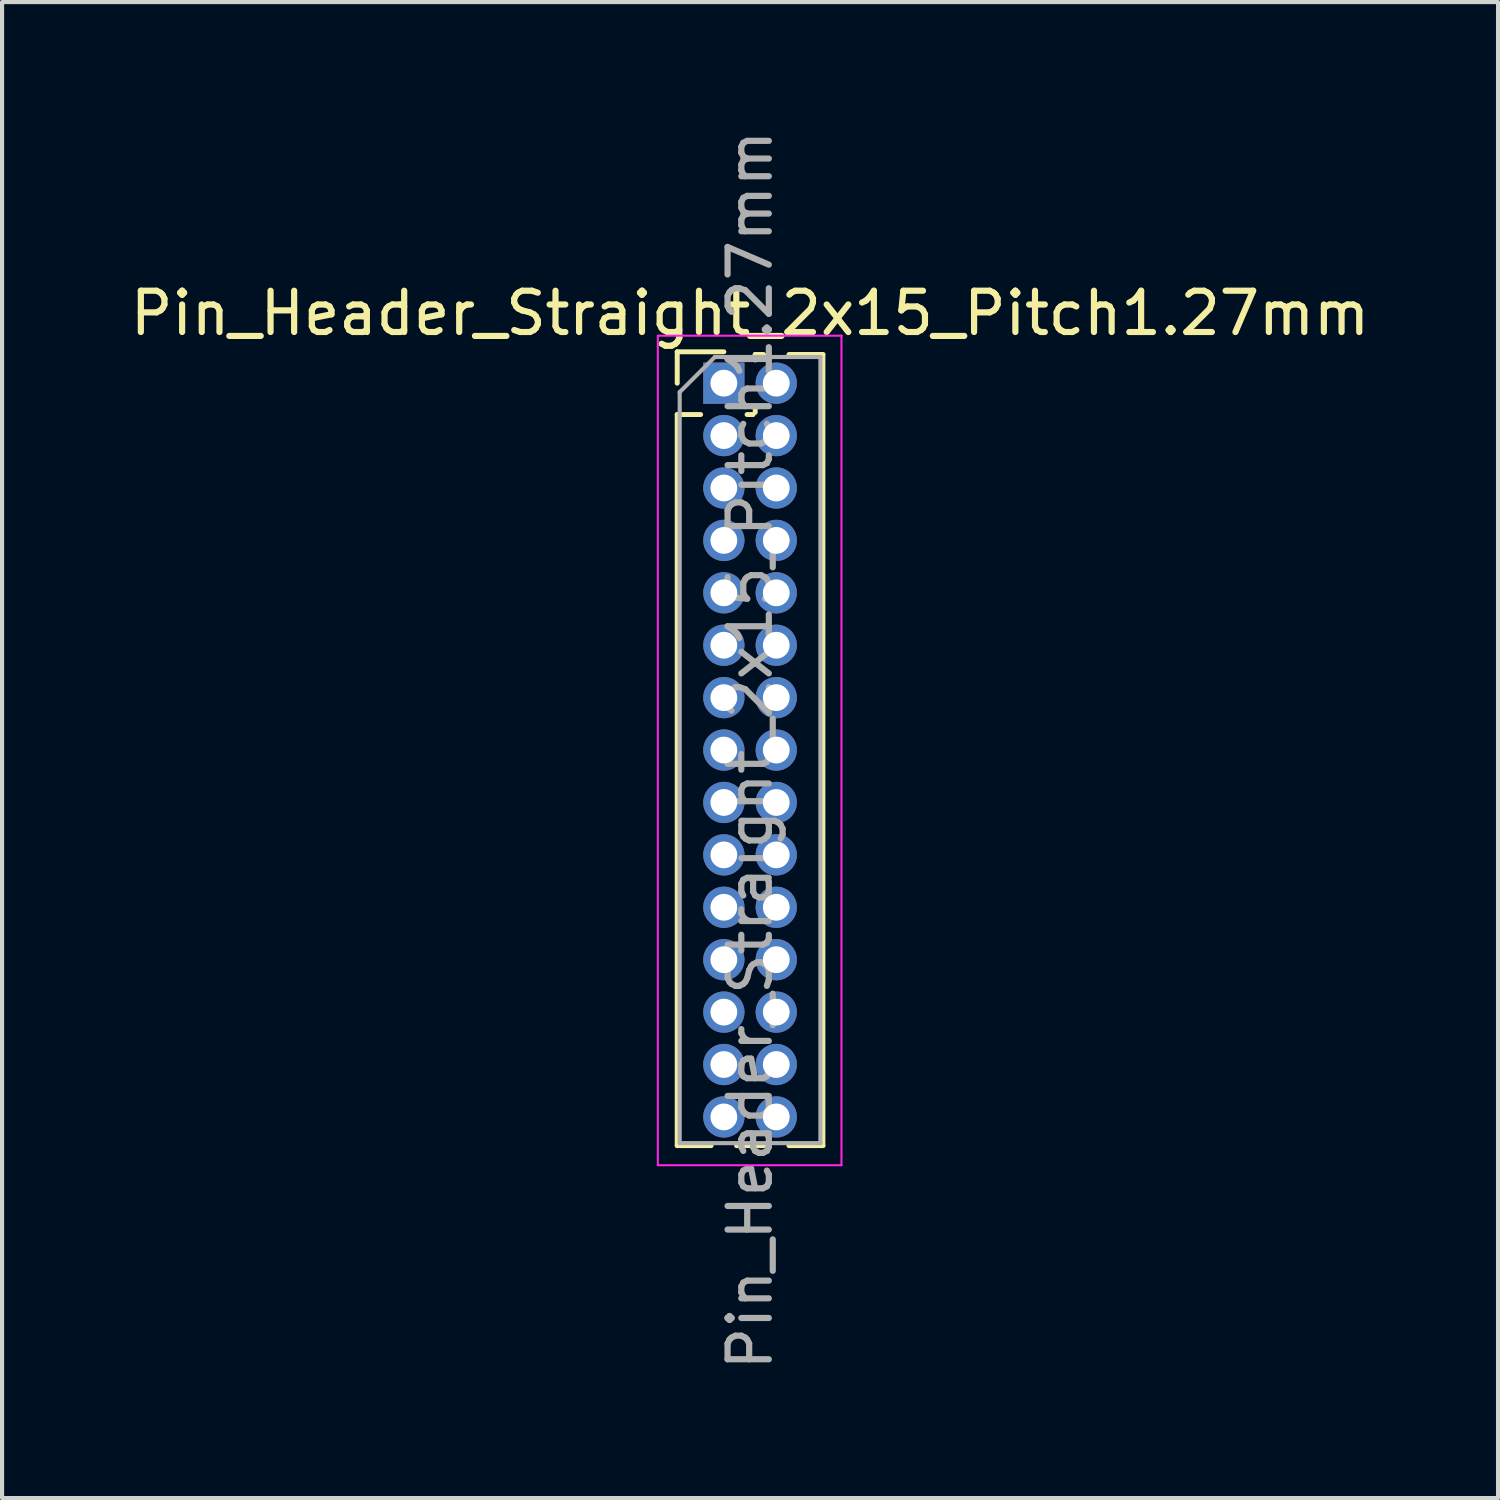
<source format=kicad_pcb>
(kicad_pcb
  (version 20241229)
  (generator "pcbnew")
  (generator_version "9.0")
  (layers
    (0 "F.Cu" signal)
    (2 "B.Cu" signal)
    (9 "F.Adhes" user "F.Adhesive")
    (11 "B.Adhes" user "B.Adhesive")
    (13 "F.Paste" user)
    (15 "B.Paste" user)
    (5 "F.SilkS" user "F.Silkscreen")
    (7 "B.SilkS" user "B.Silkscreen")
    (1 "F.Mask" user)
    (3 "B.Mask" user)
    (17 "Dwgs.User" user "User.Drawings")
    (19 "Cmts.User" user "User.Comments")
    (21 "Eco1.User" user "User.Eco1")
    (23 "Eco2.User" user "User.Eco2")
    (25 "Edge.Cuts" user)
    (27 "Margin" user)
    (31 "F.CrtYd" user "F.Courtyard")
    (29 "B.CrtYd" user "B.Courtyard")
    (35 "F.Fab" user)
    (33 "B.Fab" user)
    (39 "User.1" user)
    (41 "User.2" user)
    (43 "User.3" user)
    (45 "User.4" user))
  (footprint "Pin_Header_Straight_2x15_Pitch1.27mm"
    (layer "F.Cu")
    (at 14.49 6.235)
    (property "Reference" "Pin_Header_Straight_2x15_Pitch1.27mm" (at 0.635 -1.695 0) (layer "F.SilkS") (effects (font (size 1 1) (thickness 0.15))))
    (attr through_hole)
    (fp_line (start -1.13 -0.76) (end 0 -0.76) (stroke (width 0.12) (type solid)) (layer "F.SilkS"))
    (fp_line (start -1.13 0) (end -1.13 -0.76) (stroke (width 0.12) (type solid)) (layer "F.SilkS"))
    (fp_line (start -1.13 0.76) (end -1.13 18.475) (stroke (width 0.12) (type solid)) (layer "F.SilkS"))
    (fp_line (start -1.13 0.76) (end -0.563 0.76) (stroke (width 0.12) (type solid)) (layer "F.SilkS"))
    (fp_line (start -1.13 18.475) (end -0.308 18.475) (stroke (width 0.12) (type solid)) (layer "F.SilkS"))
    (fp_line (start 0.308 18.475) (end 0.962 18.475) (stroke (width 0.12) (type solid)) (layer "F.SilkS"))
    (fp_line (start 0.563 0.76) (end 0.707 0.76) (stroke (width 0.12) (type solid)) (layer "F.SilkS"))
    (fp_line (start 0.76 -0.695) (end 0.962 -0.695) (stroke (width 0.12) (type solid)) (layer "F.SilkS"))
    (fp_line (start 0.76 -0.563) (end 0.76 -0.695) (stroke (width 0.12) (type solid)) (layer "F.SilkS"))
    (fp_line (start 0.76 0.707) (end 0.76 0.563) (stroke (width 0.12) (type solid)) (layer "F.SilkS"))
    (fp_line (start 1.578 -0.695) (end 2.4 -0.695) (stroke (width 0.12) (type solid)) (layer "F.SilkS"))
    (fp_line (start 1.578 18.475) (end 2.4 18.475) (stroke (width 0.12) (type solid)) (layer "F.SilkS"))
    (fp_line (start 2.4 -0.695) (end 2.4 18.475) (stroke (width 0.12) (type solid)) (layer "F.SilkS"))
    (fp_line (start -1.6 -1.15) (end -1.6 18.95) (stroke (width 0.05) (type solid)) (layer "F.CrtYd"))
    (fp_line (start -1.6 18.95) (end 2.85 18.95) (stroke (width 0.05) (type solid)) (layer "F.CrtYd"))
    (fp_line (start 2.85 -1.15) (end -1.6 -1.15) (stroke (width 0.05) (type solid)) (layer "F.CrtYd"))
    (fp_line (start 2.85 18.95) (end 2.85 -1.15) (stroke (width 0.05) (type solid)) (layer "F.CrtYd"))
    (fp_line (start -1.07 0.217) (end -0.217 -0.635) (stroke (width 0.1) (type solid)) (layer "F.Fab"))
    (fp_line (start -1.07 18.415) (end -1.07 0.217) (stroke (width 0.1) (type solid)) (layer "F.Fab"))
    (fp_line (start -0.217 -0.635) (end 2.34 -0.635) (stroke (width 0.1) (type solid)) (layer "F.Fab"))
    (fp_line (start 2.34 -0.635) (end 2.34 18.415) (stroke (width 0.1) (type solid)) (layer "F.Fab"))
    (fp_line (start 2.34 18.415) (end -1.07 18.415) (stroke (width 0.1) (type solid)) (layer "F.Fab"))
    (fp_text user "${REFERENCE}" (at 0.635 8.89 90) (layer "F.Fab") (effects (font (size 1 1) (thickness 0.15))))
    (pad "1" thru_hole rect (at 0 0) (size 1 1) (drill 0.65) (layers "*.Cu" "*.Mask"))
    (pad "2" thru_hole oval (at 1.27 0) (size 1 1) (drill 0.65) (layers "*.Cu" "*.Mask"))
    (pad "3" thru_hole oval (at 0 1.27) (size 1 1) (drill 0.65) (layers "*.Cu" "*.Mask"))
    (pad "4" thru_hole oval (at 1.27 1.27) (size 1 1) (drill 0.65) (layers "*.Cu" "*.Mask"))
    (pad "5" thru_hole oval (at 0 2.54) (size 1 1) (drill 0.65) (layers "*.Cu" "*.Mask"))
    (pad "6" thru_hole oval (at 1.27 2.54) (size 1 1) (drill 0.65) (layers "*.Cu" "*.Mask"))
    (pad "7" thru_hole oval (at 0 3.81) (size 1 1) (drill 0.65) (layers "*.Cu" "*.Mask"))
    (pad "8" thru_hole oval (at 1.27 3.81) (size 1 1) (drill 0.65) (layers "*.Cu" "*.Mask"))
    (pad "9" thru_hole oval (at 0 5.08) (size 1 1) (drill 0.65) (layers "*.Cu" "*.Mask"))
    (pad "10" thru_hole oval (at 1.27 5.08) (size 1 1) (drill 0.65) (layers "*.Cu" "*.Mask"))
    (pad "11" thru_hole oval (at 0 6.35) (size 1 1) (drill 0.65) (layers "*.Cu" "*.Mask"))
    (pad "12" thru_hole oval (at 1.27 6.35) (size 1 1) (drill 0.65) (layers "*.Cu" "*.Mask"))
    (pad "13" thru_hole oval (at 0 7.62) (size 1 1) (drill 0.65) (layers "*.Cu" "*.Mask"))
    (pad "14" thru_hole oval (at 1.27 7.62) (size 1 1) (drill 0.65) (layers "*.Cu" "*.Mask"))
    (pad "15" thru_hole oval (at 0 8.89) (size 1 1) (drill 0.65) (layers "*.Cu" "*.Mask"))
    (pad "16" thru_hole oval (at 1.27 8.89) (size 1 1) (drill 0.65) (layers "*.Cu" "*.Mask"))
    (pad "17" thru_hole oval (at 0 10.16) (size 1 1) (drill 0.65) (layers "*.Cu" "*.Mask"))
    (pad "18" thru_hole oval (at 1.27 10.16) (size 1 1) (drill 0.65) (layers "*.Cu" "*.Mask"))
    (pad "19" thru_hole oval (at 0 11.43) (size 1 1) (drill 0.65) (layers "*.Cu" "*.Mask"))
    (pad "20" thru_hole oval (at 1.27 11.43) (size 1 1) (drill 0.65) (layers "*.Cu" "*.Mask"))
    (pad "21" thru_hole oval (at 0 12.7) (size 1 1) (drill 0.65) (layers "*.Cu" "*.Mask"))
    (pad "22" thru_hole oval (at 1.27 12.7) (size 1 1) (drill 0.65) (layers "*.Cu" "*.Mask"))
    (pad "23" thru_hole oval (at 0 13.97) (size 1 1) (drill 0.65) (layers "*.Cu" "*.Mask"))
    (pad "24" thru_hole oval (at 1.27 13.97) (size 1 1) (drill 0.65) (layers "*.Cu" "*.Mask"))
    (pad "25" thru_hole oval (at 0 15.24) (size 1 1) (drill 0.65) (layers "*.Cu" "*.Mask"))
    (pad "26" thru_hole oval (at 1.27 15.24) (size 1 1) (drill 0.65) (layers "*.Cu" "*.Mask"))
    (pad "27" thru_hole oval (at 0 16.51) (size 1 1) (drill 0.65) (layers "*.Cu" "*.Mask"))
    (pad "28" thru_hole oval (at 1.27 16.51) (size 1 1) (drill 0.65) (layers "*.Cu" "*.Mask"))
    (pad "29" thru_hole oval (at 0 17.78) (size 1 1) (drill 0.65) (layers "*.Cu" "*.Mask"))
    (pad "30" thru_hole oval (at 1.27 17.78) (size 1 1) (drill 0.65) (layers "*.Cu" "*.Mask")))
  (gr_rect
    (start -3 -3)
    (end 33.25 33.25)
    (stroke (width 0.1) (type default))
    (fill no)
    (layer "Edge.Cuts")))
</source>
